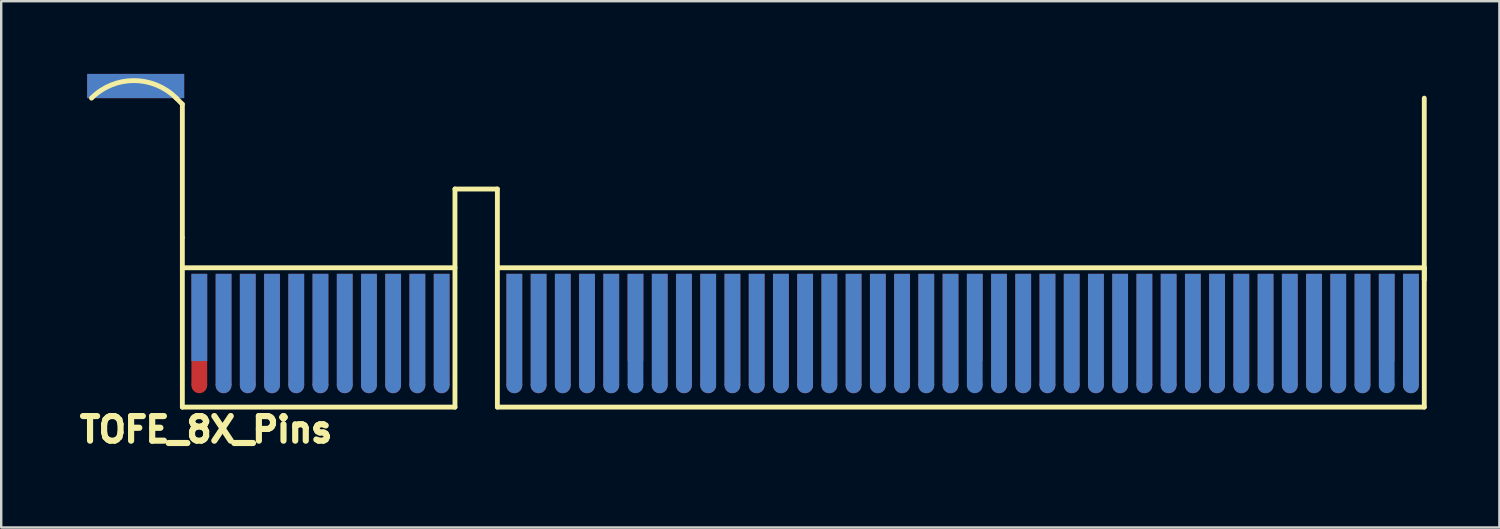
<source format=kicad_pcb>
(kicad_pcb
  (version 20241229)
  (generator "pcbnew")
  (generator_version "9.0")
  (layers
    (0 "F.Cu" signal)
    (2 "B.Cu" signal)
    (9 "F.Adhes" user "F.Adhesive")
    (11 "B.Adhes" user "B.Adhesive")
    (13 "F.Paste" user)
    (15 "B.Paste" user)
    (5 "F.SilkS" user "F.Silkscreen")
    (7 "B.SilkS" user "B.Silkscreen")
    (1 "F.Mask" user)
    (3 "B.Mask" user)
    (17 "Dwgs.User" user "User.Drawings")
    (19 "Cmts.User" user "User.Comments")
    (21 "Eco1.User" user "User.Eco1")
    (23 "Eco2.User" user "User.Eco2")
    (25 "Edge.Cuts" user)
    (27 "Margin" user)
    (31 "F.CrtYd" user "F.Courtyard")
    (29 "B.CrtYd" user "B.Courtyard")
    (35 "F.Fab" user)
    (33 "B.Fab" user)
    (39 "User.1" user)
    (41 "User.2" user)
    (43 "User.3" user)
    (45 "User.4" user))
  (footprint "TOFE_8X_Pins"
    (layer "F.Cu")
    (at 4.476 13.751)
    (property "Reference" "TOFE_8X_Pins" (at 0.98 0.927 0) (layer "F.SilkS") (effects (font (size 1.016 1.016) (thickness 0.254))))
    (attr through_hole)
    (fp_line (start -0.001 -12.501) (end -0.251 -12.751) (stroke (width 0.2) (type solid)) (layer "F.SilkS"))
    (fp_line (start -0.001 -7.001) (end -0.001 -12.501) (stroke (width 0.2) (type solid)) (layer "F.SilkS"))
    (fp_line (start -0.001 -0.001) (end -0.001 -7.001) (stroke (width 0.2) (type solid)) (layer "F.SilkS"))
    (fp_line (start -0.001 -0.001) (end 11.249 -0.001) (stroke (width 0.2) (type solid)) (layer "F.SilkS"))
    (fp_line (start 11.249 -9.001) (end 11.249 -0.001) (stroke (width 0.2) (type solid)) (layer "F.SilkS"))
    (fp_line (start 11.249 -9.001) (end 12.999 -9.001) (stroke (width 0.2) (type solid)) (layer "F.SilkS"))
    (fp_line (start 11.249 -5.751) (end -0.001 -5.751) (stroke (width 0.2) (type solid)) (layer "F.SilkS"))
    (fp_line (start 12.999 -9.001) (end 12.999 -0.001) (stroke (width 0.2) (type solid)) (layer "F.SilkS"))
    (fp_line (start 12.999 -0.001) (end 51.249 -0.001) (stroke (width 0.2) (type solid)) (layer "F.SilkS"))
    (fp_line (start 51.249 -5.751) (end 12.999 -5.751) (stroke (width 0.2) (type solid)) (layer "F.SilkS"))
    (fp_line (start 51.249 -5.251) (end 51.249 -12.751) (stroke (width 0.2) (type solid)) (layer "F.SilkS"))
    (fp_line (start 51.249 -0.001) (end 51.249 -5.751) (stroke (width 0.2) (type solid)) (layer "F.SilkS"))
    (fp_arc (start -3.75118 -12.75088) (mid -2.00118 -13.475754) (end -0.25118 -12.75088) (stroke (width 0.2) (type solid)) (layer "F.SilkS"))
    (pad "" smd rect (at -1.926 -13.251) (size 4 1) (layers "F.Cu" "F.Mask" "F.Paste"))
    (pad "" smd rect (at -1.926 -13.251) (size 4 1) (layers "F.Mask" "B.Cu" "F.Paste"))
    (pad "" connect circle (at 0.699 -0.9) (size 0.65 0.65) (layers "F.Cu" "F.Mask"))
    (pad "" connect circle (at 1.7 -0.9) (size 0.65 0.65) (layers "F.Cu" "F.Mask"))
    (pad "" connect oval (at 1.7 -0.9 90) (size 0.65 0.65) (layers "B.Cu" "B.Mask"))
    (pad "" connect circle (at 2.698 -0.9) (size 0.65 0.65) (layers "F.Cu" "F.Mask"))
    (pad "" connect oval (at 2.698 -0.9 90) (size 0.65 0.65) (layers "B.Cu" "B.Mask"))
    (pad "" connect circle (at 3.699 -0.9) (size 0.65 0.65) (layers "F.Cu" "F.Mask"))
    (pad "" connect oval (at 3.699 -0.9 90) (size 0.65 0.65) (layers "B.Cu" "B.Mask"))
    (pad "" connect circle (at 4.7 -0.9) (size 0.65 0.65) (layers "F.Cu" "F.Mask"))
    (pad "" connect oval (at 4.7 -0.9 90) (size 0.65 0.65) (layers "B.Cu" "B.Mask"))
    (pad "" connect circle (at 5.698 -0.9) (size 0.65 0.65) (layers "F.Cu" "F.Mask"))
    (pad "" connect oval (at 5.698 -0.9 90) (size 0.65 0.65) (layers "B.Cu" "B.Mask"))
    (pad "" connect circle (at 6.699 -0.9) (size 0.65 0.65) (layers "F.Cu" "F.Mask"))
    (pad "" connect oval (at 6.699 -0.9 90) (size 0.65 0.65) (layers "B.Cu" "B.Mask"))
    (pad "" connect circle (at 7.699 -0.9) (size 0.65 0.65) (layers "F.Cu" "F.Mask"))
    (pad "" connect oval (at 7.699 -0.9 90) (size 0.65 0.65) (layers "B.Cu" "B.Mask"))
    (pad "" connect circle (at 8.698 -0.9) (size 0.65 0.65) (layers "F.Cu" "F.Mask"))
    (pad "" connect oval (at 8.698 -0.9 90) (size 0.65 0.65) (layers "B.Cu" "B.Mask"))
    (pad "" connect circle (at 9.698 -0.9) (size 0.65 0.65) (layers "F.Cu" "F.Mask"))
    (pad "" connect oval (at 9.698 -0.9 90) (size 0.65 0.65) (layers "B.Cu" "B.Mask"))
    (pad "" connect circle (at 10.699 -0.9) (size 0.65 0.65) (layers "F.Cu" "F.Mask"))
    (pad "" connect oval (at 10.699 -0.9 90) (size 0.65 0.65) (layers "B.Cu" "B.Mask"))
    (pad "" connect circle (at 13.699 -0.9) (size 0.65 0.65) (layers "F.Cu" "F.Mask"))
    (pad "" connect oval (at 13.699 -0.9 90) (size 0.65 0.65) (layers "B.Cu" "B.Mask"))
    (pad "" connect circle (at 14.7 -0.9) (size 0.65 0.65) (layers "F.Cu" "F.Mask"))
    (pad "" connect oval (at 14.7 -0.9 90) (size 0.65 0.65) (layers "B.Cu" "B.Mask"))
    (pad "" connect circle (at 15.698 -0.9) (size 0.65 0.65) (layers "F.Cu" "F.Mask"))
    (pad "" connect oval (at 15.698 -0.9 90) (size 0.65 0.65) (layers "B.Cu" "B.Mask"))
    (pad "" connect circle (at 16.699 -0.9) (size 0.65 0.65) (layers "F.Cu" "F.Mask"))
    (pad "" connect oval (at 16.699 -0.9 90) (size 0.65 0.65) (layers "B.Cu" "B.Mask"))
    (pad "" connect circle (at 17.699 -0.9) (size 0.65 0.65) (layers "F.Cu" "F.Mask"))
    (pad "" connect oval (at 17.699 -0.9 90) (size 0.65 0.65) (layers "B.Cu" "B.Mask"))
    (pad "" connect oval (at 18.698 -0.9 90) (size 0.65 0.65) (layers "B.Cu" "B.Mask"))
    (pad "" connect circle (at 19.698 -0.9) (size 0.65 0.65) (layers "F.Cu" "F.Mask"))
    (pad "" connect oval (at 19.698 -0.9 90) (size 0.65 0.65) (layers "B.Cu" "B.Mask"))
    (pad "" connect oval (at 20.699 -0.9) (size 0.65 0.65) (layers "F.Cu" "B.Mask"))
    (pad "" connect oval (at 20.699 -0.9 90) (size 0.65 0.65) (layers "B.Cu" "B.Mask"))
    (pad "" connect oval (at 21.699 -0.9) (size 0.65 0.65) (layers "F.Cu" "B.Mask"))
    (pad "" connect oval (at 21.699 -0.9 90) (size 0.65 0.65) (layers "B.Cu" "B.Mask"))
    (pad "" connect oval (at 22.699 -0.9) (size 0.65 0.65) (layers "F.Cu" "B.Mask"))
    (pad "" connect oval (at 22.699 -0.9 90) (size 0.65 0.65) (layers "B.Cu" "B.Mask"))
    (pad "" connect oval (at 23.699 -0.9) (size 0.65 0.65) (layers "F.Cu" "B.Mask"))
    (pad "" connect oval (at 23.699 -0.9 90) (size 0.65 0.65) (layers "B.Cu" "B.Mask"))
    (pad "" connect oval (at 24.699 -0.9) (size 0.65 0.65) (layers "F.Cu" "B.Mask"))
    (pad "" connect oval (at 24.699 -0.9 90) (size 0.65 0.65) (layers "B.Cu" "B.Mask"))
    (pad "" connect oval (at 25.699 -0.9) (size 0.65 0.65) (layers "F.Cu" "B.Mask"))
    (pad "" connect oval (at 25.699 -0.9 90) (size 0.65 0.65) (layers "B.Cu" "B.Mask"))
    (pad "" connect oval (at 26.699 -0.9) (size 0.65 0.65) (layers "F.Cu" "B.Mask"))
    (pad "" connect oval (at 26.699 -0.9 90) (size 0.65 0.65) (layers "B.Cu" "B.Mask"))
    (pad "" connect oval (at 27.699 -0.9) (size 0.65 0.65) (layers "F.Cu" "B.Mask"))
    (pad "" connect oval (at 27.699 -0.9 90) (size 0.65 0.65) (layers "B.Cu" "B.Mask"))
    (pad "" connect oval (at 28.699 -0.9) (size 0.65 0.65) (layers "F.Cu" "B.Mask"))
    (pad "" connect oval (at 28.699 -0.9 90) (size 0.65 0.65) (layers "B.Cu" "B.Mask"))
    (pad "" connect oval (at 29.699 -0.9) (size 0.65 0.65) (layers "F.Cu" "B.Mask"))
    (pad "" connect oval (at 29.699 -0.9 90) (size 0.65 0.65) (layers "B.Cu" "B.Mask"))
    (pad "" connect oval (at 30.699 -0.9) (size 0.65 0.65) (layers "F.Cu" "B.Mask"))
    (pad "" connect oval (at 30.699 -0.9 90) (size 0.65 0.65) (layers "B.Cu" "B.Mask"))
    (pad "" connect oval (at 31.699 -0.9) (size 0.65 0.65) (layers "F.Cu" "B.Mask"))
    (pad "" connect oval (at 31.699 -0.9 90) (size 0.65 0.65) (layers "B.Cu" "B.Mask"))
    (pad "" connect oval (at 32.699 -0.9 90) (size 0.65 0.65) (layers "B.Cu" "B.Mask"))
    (pad "" connect oval (at 33.699 -0.9) (size 0.65 0.65) (layers "F.Cu" "B.Mask"))
    (pad "" connect oval (at 33.699 -0.9 90) (size 0.65 0.65) (layers "B.Cu" "B.Mask"))
    (pad "" connect oval (at 34.699 -0.9) (size 0.65 0.65) (layers "F.Cu" "B.Mask"))
    (pad "" connect oval (at 34.699 -0.9 90) (size 0.65 0.65) (layers "B.Cu" "B.Mask"))
    (pad "" connect oval (at 35.699 -0.9) (size 0.65 0.65) (layers "F.Cu" "B.Mask"))
    (pad "" connect oval (at 35.699 -0.9 90) (size 0.65 0.65) (layers "B.Cu" "B.Mask"))
    (pad "" connect oval (at 36.699 -0.9) (size 0.65 0.65) (layers "F.Cu" "B.Mask"))
    (pad "" connect oval (at 36.699 -0.9 90) (size 0.65 0.65) (layers "B.Cu" "B.Mask"))
    (pad "" connect oval (at 37.699 -0.9) (size 0.65 0.65) (layers "F.Cu" "B.Mask"))
    (pad "" connect oval (at 37.699 -0.9 90) (size 0.65 0.65) (layers "B.Cu" "B.Mask"))
    (pad "" connect oval (at 38.699 -0.9) (size 0.65 0.65) (layers "F.Cu" "B.Mask"))
    (pad "" connect oval (at 38.699 -0.9 90) (size 0.65 0.65) (layers "B.Cu" "B.Mask"))
    (pad "" connect oval (at 39.699 -0.9) (size 0.65 0.65) (layers "F.Cu" "B.Mask"))
    (pad "" connect oval (at 39.699 -0.9 90) (size 0.65 0.65) (layers "B.Cu" "B.Mask"))
    (pad "" connect oval (at 40.699 -0.9) (size 0.65 0.65) (layers "F.Cu" "B.Mask"))
    (pad "" connect oval (at 40.699 -0.9 90) (size 0.65 0.65) (layers "B.Cu" "B.Mask"))
    (pad "" connect oval (at 41.699 -0.9) (size 0.65 0.65) (layers "F.Cu" "B.Mask"))
    (pad "" connect oval (at 41.699 -0.9 90) (size 0.65 0.65) (layers "B.Cu" "B.Mask"))
    (pad "" connect oval (at 42.699 -0.9) (size 0.65 0.65) (layers "F.Cu" "B.Mask"))
    (pad "" connect oval (at 42.699 -0.9 90) (size 0.65 0.65) (layers "B.Cu" "B.Mask"))
    (pad "" connect oval (at 43.699 -0.9) (size 0.65 0.65) (layers "F.Cu" "B.Mask"))
    (pad "" connect oval (at 43.699 -0.9 90) (size 0.65 0.65) (layers "B.Cu" "B.Mask"))
    (pad "" connect oval (at 44.699 -0.9) (size 0.65 0.65) (layers "F.Cu" "B.Mask"))
    (pad "" connect oval (at 44.699 -0.9 90) (size 0.65 0.65) (layers "B.Cu" "B.Mask"))
    (pad "" connect oval (at 45.699 -0.9) (size 0.65 0.65) (layers "F.Cu" "B.Mask"))
    (pad "" connect oval (at 45.699 -0.9 90) (size 0.65 0.65) (layers "B.Cu" "B.Mask"))
    (pad "" connect oval (at 46.699 -0.9) (size 0.65 0.65) (layers "F.Cu" "B.Mask"))
    (pad "" connect oval (at 46.699 -0.9 90) (size 0.65 0.65) (layers "B.Cu" "B.Mask"))
    (pad "" connect oval (at 47.699 -0.9) (size 0.65 0.65) (layers "F.Cu" "B.Mask"))
    (pad "" connect oval (at 47.699 -0.9 90) (size 0.65 0.65) (layers "B.Cu" "B.Mask"))
    (pad "" connect oval (at 48.699 -0.9) (size 0.65 0.65) (layers "F.Cu" "B.Mask"))
    (pad "" connect oval (at 48.699 -0.9 90) (size 0.65 0.65) (layers "B.Cu" "B.Mask"))
    (pad "" connect oval (at 49.699 -0.9 90) (size 0.65 0.65) (layers "B.Cu" "B.Mask"))
    (pad "" connect oval (at 50.699 -0.9) (size 0.65 0.65) (layers "F.Cu" "B.Mask"))
    (pad "" connect oval (at 50.699 -0.9 90) (size 0.65 0.65) (layers "B.Cu" "B.Mask"))
    (pad "A1" connect rect (at 0.699 -3.701) (size 0.65 3.599) (layers "B.Cu" "B.Mask"))
    (pad "A2" connect rect (at 1.7 -3.201) (size 0.65 4.6) (layers "B.Cu" "B.Mask"))
    (pad "A3" connect rect (at 2.698 -3.201) (size 0.65 4.6) (layers "B.Cu" "B.Mask"))
    (pad "A4" connect rect (at 3.699 -3.201) (size 0.65 4.6) (layers "B.Cu" "B.Mask"))
    (pad "A5" connect rect (at 4.7 -3.201) (size 0.65 4.6) (layers "B.Cu" "B.Mask"))
    (pad "A6" connect rect (at 5.698 -3.201) (size 0.65 4.6) (layers "B.Cu" "B.Mask"))
    (pad "A7" connect rect (at 6.699 -3.201) (size 0.65 4.6) (layers "B.Cu" "B.Mask"))
    (pad "A8" connect rect (at 7.699 -3.201) (size 0.65 4.6) (layers "B.Cu" "B.Mask"))
    (pad "A9" connect rect (at 8.698 -3.201) (size 0.65 4.6) (layers "B.Cu" "B.Mask"))
    (pad "A10" connect rect (at 9.698 -3.201) (size 0.65 4.6) (layers "B.Cu" "B.Mask"))
    (pad "A11" connect rect (at 10.699 -3.201) (size 0.65 4.6) (layers "B.Cu" "B.Mask"))
    (pad "A12" connect rect (at 13.699 -3.201) (size 0.65 4.6) (layers "B.Cu" "B.Mask"))
    (pad "A13" connect rect (at 14.7 -3.201) (size 0.65 4.6) (layers "B.Cu" "B.Mask"))
    (pad "A14" connect rect (at 15.698 -3.201) (size 0.65 4.6) (layers "B.Cu" "B.Mask"))
    (pad "A15" connect rect (at 16.699 -3.201) (size 0.65 4.6) (layers "B.Cu" "B.Mask"))
    (pad "A16" connect rect (at 17.699 -3.201) (size 0.65 4.6) (layers "B.Cu" "B.Mask"))
    (pad "A17" connect rect (at 18.698 -3.201) (size 0.65 4.6) (layers "B.Cu" "B.Mask"))
    (pad "A18" connect rect (at 19.699 -3.201) (size 0.65 4.6) (layers "B.Cu" "B.Mask"))
    (pad "A19" connect rect (at 20.699 -3.201) (size 0.65 4.6) (layers "B.Cu" "B.Mask"))
    (pad "A20" connect rect (at 21.699 -3.201) (size 0.65 4.6) (layers "B.Cu" "B.Mask"))
    (pad "A21" connect rect (at 22.699 -3.201) (size 0.65 4.6) (layers "B.Cu" "B.Mask"))
    (pad "A22" connect rect (at 23.699 -3.201) (size 0.65 4.6) (layers "B.Cu" "B.Mask"))
    (pad "A23" connect rect (at 24.699 -3.201) (size 0.65 4.6) (layers "B.Cu" "B.Mask"))
    (pad "A24" connect rect (at 25.699 -3.201) (size 0.65 4.6) (layers "B.Cu" "B.Mask"))
    (pad "A25" connect rect (at 26.699 -3.201) (size 0.65 4.6) (layers "B.Cu" "B.Mask"))
    (pad "A26" connect rect (at 27.699 -3.201) (size 0.65 4.6) (layers "B.Cu" "B.Mask"))
    (pad "A27" connect rect (at 28.699 -3.201) (size 0.65 4.6) (layers "B.Cu" "B.Mask"))
    (pad "A28" connect rect (at 29.699 -3.201) (size 0.65 4.6) (layers "B.Cu" "B.Mask"))
    (pad "A29" connect rect (at 30.699 -3.201) (size 0.65 4.6) (layers "B.Cu" "B.Mask"))
    (pad "A30" connect rect (at 31.699 -3.201) (size 0.65 4.6) (layers "B.Cu" "B.Mask"))
    (pad "A31" connect rect (at 32.699 -3.201) (size 0.65 4.6) (layers "B.Cu" "B.Mask"))
    (pad "A32" connect rect (at 33.699 -3.201) (size 0.65 4.6) (layers "B.Cu" "B.Mask"))
    (pad "A33" connect rect (at 34.699 -3.201) (size 0.65 4.6) (layers "B.Cu" "B.Mask"))
    (pad "A34" connect rect (at 35.699 -3.201) (size 0.65 4.6) (layers "B.Cu" "B.Mask"))
    (pad "A35" connect rect (at 36.699 -3.201) (size 0.65 4.6) (layers "B.Cu" "B.Mask"))
    (pad "A36" connect rect (at 37.699 -3.201) (size 0.65 4.6) (layers "B.Cu" "B.Mask"))
    (pad "A37" connect rect (at 38.699 -3.201) (size 0.65 4.6) (layers "B.Cu" "B.Mask"))
    (pad "A38" connect rect (at 39.699 -3.201) (size 0.65 4.6) (layers "B.Cu" "B.Mask"))
    (pad "A39" connect rect (at 40.699 -3.201) (size 0.65 4.6) (layers "B.Cu" "B.Mask"))
    (pad "A40" connect rect (at 41.699 -3.201) (size 0.65 4.6) (layers "B.Cu" "B.Mask"))
    (pad "A41" connect rect (at 42.699 -3.201) (size 0.65 4.6) (layers "B.Cu" "B.Mask"))
    (pad "A42" connect rect (at 43.699 -3.201) (size 0.65 4.6) (layers "B.Cu" "B.Mask"))
    (pad "A43" connect rect (at 44.699 -3.201) (size 0.65 4.6) (layers "B.Cu" "B.Mask"))
    (pad "A44" connect rect (at 45.699 -3.201) (size 0.65 4.6) (layers "B.Cu" "B.Mask"))
    (pad "A45" connect rect (at 46.699 -3.201) (size 0.65 4.6) (layers "B.Cu" "B.Mask"))
    (pad "A46" connect rect (at 47.699 -3.201) (size 0.65 4.6) (layers "B.Cu" "B.Mask"))
    (pad "A47" connect rect (at 48.699 -3.201) (size 0.65 4.6) (layers "B.Cu" "B.Mask"))
    (pad "A48" connect rect (at 49.699 -3.201) (size 0.65 4.6) (layers "B.Cu" "B.Mask"))
    (pad "A49" connect rect (at 50.699 -3.201) (size 0.65 4.6) (layers "B.Cu" "B.Mask"))
    (pad "B1" connect rect (at 0.699 -3.201) (size 0.65 4.6) (layers "F.Cu" "B.Mask"))
    (pad "B2" connect rect (at 1.7 -3.201) (size 0.65 4.6) (layers "F.Cu" "B.Mask"))
    (pad "B3" connect rect (at 2.698 -3.201) (size 0.65 4.6) (layers "F.Cu" "B.Mask"))
    (pad "B4" connect rect (at 3.699 -3.201) (size 0.65 4.6) (layers "F.Cu" "B.Mask"))
    (pad "B5" connect rect (at 4.7 -3.201) (size 0.65 4.6) (layers "F.Cu" "B.Mask"))
    (pad "B6" connect rect (at 5.698 -3.201) (size 0.65 4.6) (layers "F.Cu" "B.Mask"))
    (pad "B7" connect rect (at 6.699 -3.201) (size 0.65 4.6) (layers "F.Cu" "B.Mask"))
    (pad "B8" connect rect (at 7.699 -3.201) (size 0.65 4.6) (layers "F.Cu" "B.Mask"))
    (pad "B9" connect rect (at 8.698 -3.201) (size 0.65 4.6) (layers "F.Cu" "B.Mask"))
    (pad "B10" connect rect (at 9.698 -3.201) (size 0.65 4.6) (layers "F.Cu" "B.Mask"))
    (pad "B11" connect rect (at 10.699 -3.201) (size 0.65 4.6) (layers "F.Cu" "B.Mask"))
    (pad "B12" connect rect (at 13.699 -3.201) (size 0.65 4.6) (layers "F.Cu" "B.Mask"))
    (pad "B13" connect rect (at 14.7 -3.201) (size 0.65 4.6) (layers "F.Cu" "B.Mask"))
    (pad "B14" connect rect (at 15.698 -3.201) (size 0.65 4.6) (layers "F.Cu" "B.Mask"))
    (pad "B15" connect rect (at 16.699 -3.201) (size 0.65 4.6) (layers "F.Cu" "B.Mask"))
    (pad "B16" connect rect (at 17.699 -3.201) (size 0.65 4.6) (layers "F.Cu" "B.Mask"))
    (pad "B17" connect rect (at 18.698 -3.701) (size 0.65 3.599) (layers "F.Cu" "B.Mask"))
    (pad "B18" connect rect (at 19.698 -3.201) (size 0.65 4.6) (layers "F.Cu" "B.Mask"))
    (pad "B19" connect rect (at 20.699 -3.201) (size 0.65 4.6) (layers "F.Cu" "B.Mask"))
    (pad "B20" connect rect (at 21.699 -3.201) (size 0.65 4.6) (layers "F.Cu" "B.Mask"))
    (pad "B21" connect rect (at 22.699 -3.201) (size 0.65 4.6) (layers "F.Cu" "B.Mask"))
    (pad "B22" connect rect (at 23.699 -3.201) (size 0.65 4.6) (layers "F.Cu" "B.Mask"))
    (pad "B23" connect rect (at 24.699 -3.201) (size 0.65 4.6) (layers "F.Cu" "B.Mask"))
    (pad "B24" connect rect (at 25.699 -3.201) (size 0.65 4.6) (layers "F.Cu" "B.Mask"))
    (pad "B25" connect rect (at 26.699 -3.201) (size 0.65 4.6) (layers "F.Cu" "B.Mask"))
    (pad "B26" connect rect (at 27.699 -3.201) (size 0.65 4.6) (layers "F.Cu" "B.Mask"))
    (pad "B27" connect rect (at 28.699 -3.201) (size 0.65 4.6) (layers "F.Cu" "B.Mask"))
    (pad "B28" connect rect (at 29.699 -3.201) (size 0.65 4.6) (layers "F.Cu" "B.Mask"))
    (pad "B29" connect rect (at 30.699 -3.201) (size 0.65 4.6) (layers "F.Cu" "B.Mask"))
    (pad "B30" connect rect (at 31.699 -3.201) (size 0.65 4.6) (layers "F.Cu" "B.Mask"))
    (pad "B31" connect rect (at 32.699 -3.701) (size 0.65 3.599) (layers "F.Cu" "B.Mask"))
    (pad "B32" connect rect (at 33.699 -3.201) (size 0.65 4.6) (layers "F.Cu" "B.Mask"))
    (pad "B33" connect rect (at 34.699 -3.201) (size 0.65 4.6) (layers "F.Cu" "B.Mask"))
    (pad "B34" connect rect (at 35.699 -3.201) (size 0.65 4.6) (layers "F.Cu" "B.Mask"))
    (pad "B35" connect rect (at 36.699 -3.201) (size 0.65 4.6) (layers "F.Cu" "B.Mask"))
    (pad "B36" connect rect (at 37.699 -3.201) (size 0.65 4.6) (layers "F.Cu" "B.Mask"))
    (pad "B37" connect rect (at 38.699 -3.201) (size 0.65 4.6) (layers "F.Cu" "B.Mask"))
    (pad "B38" connect rect (at 39.699 -3.201) (size 0.65 4.6) (layers "F.Cu" "B.Mask"))
    (pad "B39" connect rect (at 40.699 -3.201) (size 0.65 4.6) (layers "F.Cu" "B.Mask"))
    (pad "B40" connect rect (at 41.699 -3.201) (size 0.65 4.6) (layers "F.Cu" "B.Mask"))
    (pad "B41" connect rect (at 42.699 -3.201) (size 0.65 4.6) (layers "F.Cu" "B.Mask"))
    (pad "B42" connect rect (at 43.699 -3.201) (size 0.65 4.6) (layers "F.Cu" "B.Mask"))
    (pad "B43" connect rect (at 44.699 -3.201) (size 0.65 4.6) (layers "F.Cu" "B.Mask"))
    (pad "B44" connect rect (at 45.699 -3.201) (size 0.65 4.6) (layers "F.Cu" "B.Mask"))
    (pad "B45" connect rect (at 46.699 -3.201) (size 0.65 4.6) (layers "F.Cu" "B.Mask"))
    (pad "B46" connect rect (at 47.699 -3.201) (size 0.65 4.6) (layers "F.Cu" "B.Mask"))
    (pad "B47" connect rect (at 48.699 -3.201) (size 0.65 4.6) (layers "F.Cu" "B.Mask"))
    (pad "B48" connect rect (at 49.699 -3.701) (size 0.65 3.599) (layers "F.Cu" "B.Mask"))
    (pad "B49" connect rect (at 50.699 -3.201) (size 0.65 4.6) (layers "F.Cu" "B.Mask")))
  (gr_rect
    (start -3 -3)
    (end 58.825 18.718)
    (stroke (width 0.1) (type default))
    (fill no)
    (layer "Edge.Cuts")))
</source>
